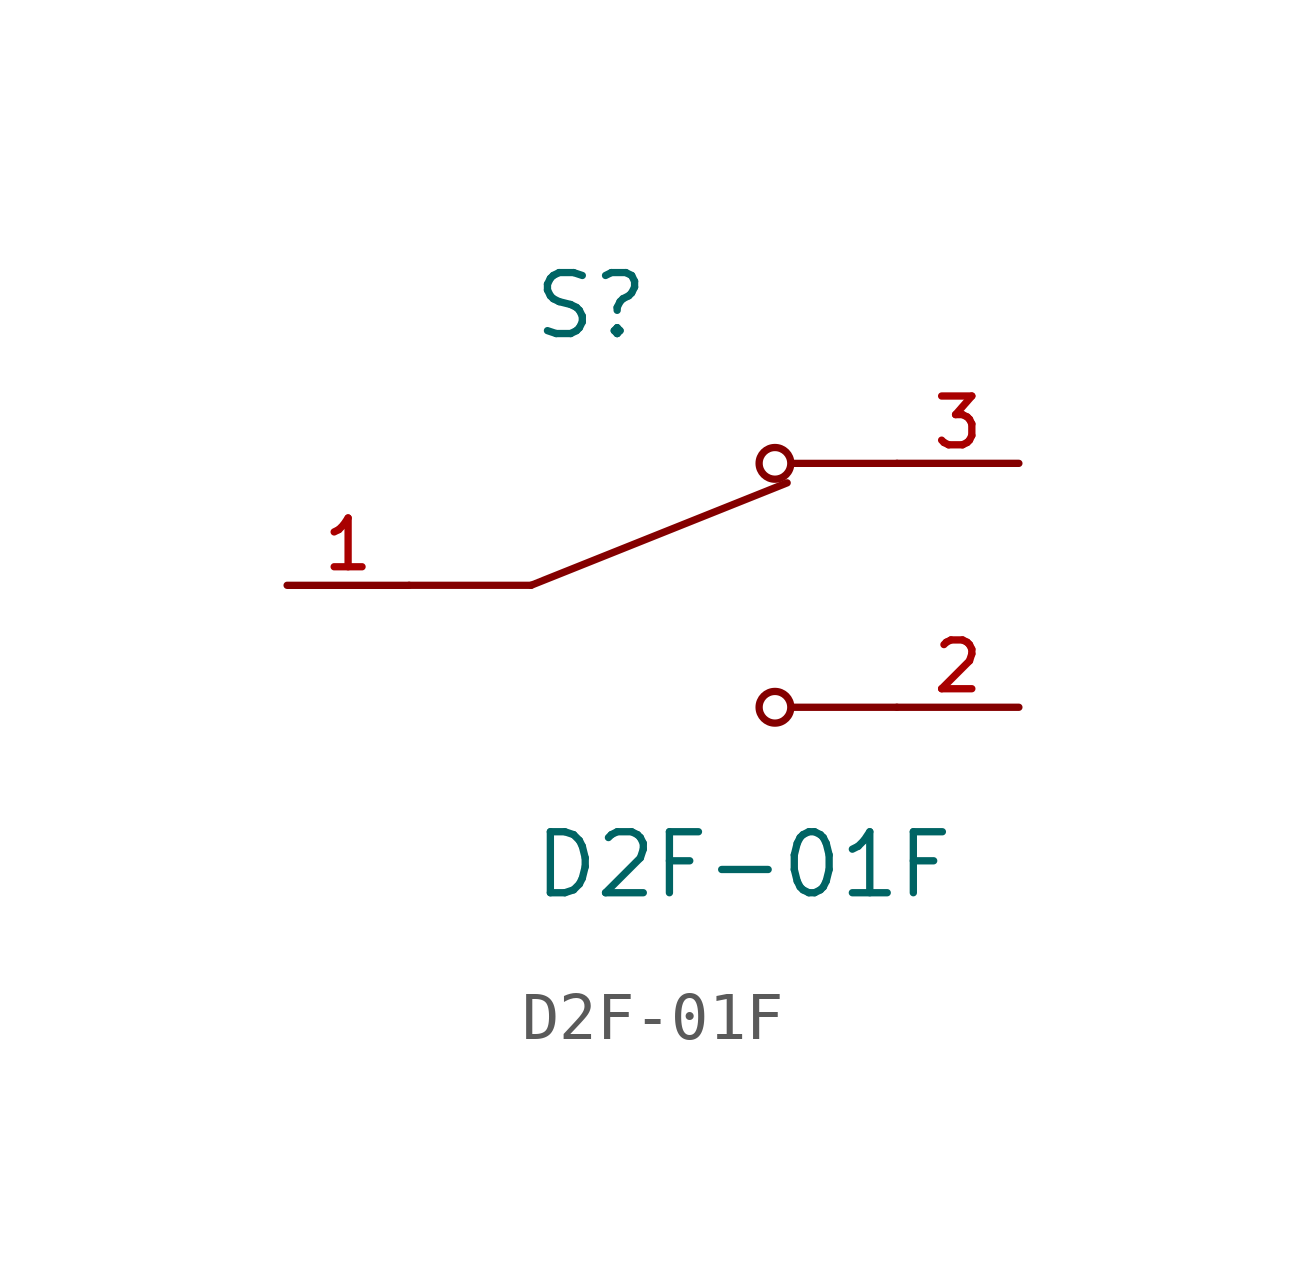
<source format=kicad_sym>
(kicad_symbol_lib
  (version 20211014)
  (generator kicad_symbol_editor)
  (symbol "D2F-01F"
    (pin_names
      (offset 1.016))
    (property "Reference" "S"
      (at -2.54 5.08 0)
      (effects (font (size 1.27 1.27)) (justify bottom left)))
    (property "Value" "D2F-01F"
      (at -2.54 -5.08 0)
      (effects (font (size 1.27 1.27)) (justify top left)))
    (symbol "D2F-01F_0_0"
      (polyline (pts (xy -2.54 0.0) (xy 2.794 2.134)) (stroke (width 0.152)))
      (circle (center 2.54 2.54) (radius 0.33) (stroke (width 0.152)) (fill (type none)))
      (circle (center 2.54 -2.54) (radius 0.33) (stroke (width 0.152)) (fill (type none)))
      (polyline (pts (xy 5.08 -2.54) (xy 2.921 -2.54)) (stroke (width 0.152)))
      (polyline (pts (xy 5.08 2.54) (xy 2.921 2.54)) (stroke (width 0.152)))
      (polyline (pts (xy -2.54 0.0) (xy -5.08 0.0)) (stroke (width 0.152)))
      (pin passive line (at 7.62 2.54 180.0) (length 2.54) (name "~" (effects (font (size 1.016 1.016)))) (number "3" (effects (font (size 1.016 1.016)))))
      (pin passive line (at -7.62 0.0 0) (length 2.54) (name "~" (effects (font (size 1.016 1.016)))) (number "1" (effects (font (size 1.016 1.016)))))
      (pin passive line (at 7.62 -2.54 180.0) (length 2.54) (name "~" (effects (font (size 1.016 1.016)))) (number "2" (effects (font (size 1.016 1.016))))))))
</source>
